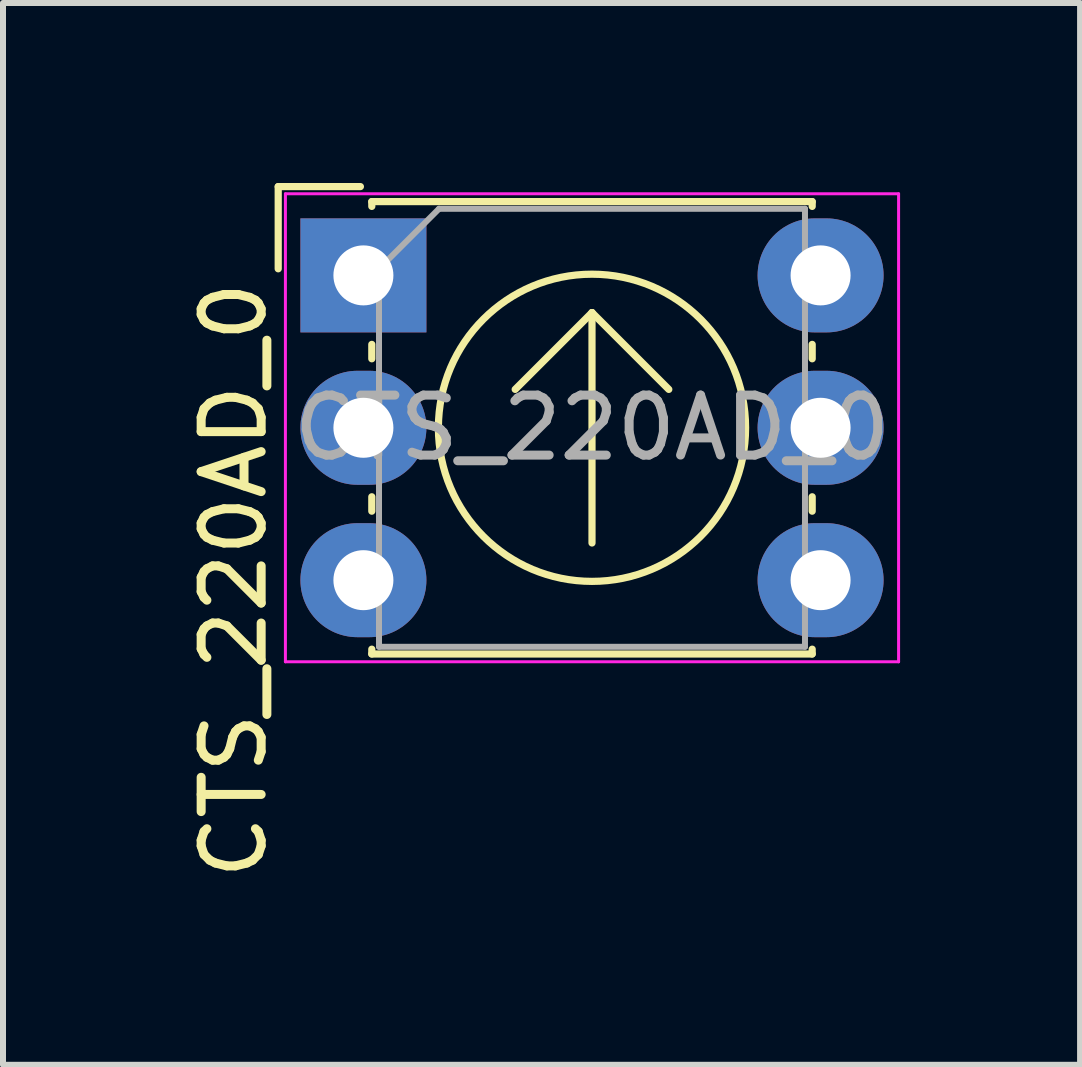
<source format=kicad_pcb>
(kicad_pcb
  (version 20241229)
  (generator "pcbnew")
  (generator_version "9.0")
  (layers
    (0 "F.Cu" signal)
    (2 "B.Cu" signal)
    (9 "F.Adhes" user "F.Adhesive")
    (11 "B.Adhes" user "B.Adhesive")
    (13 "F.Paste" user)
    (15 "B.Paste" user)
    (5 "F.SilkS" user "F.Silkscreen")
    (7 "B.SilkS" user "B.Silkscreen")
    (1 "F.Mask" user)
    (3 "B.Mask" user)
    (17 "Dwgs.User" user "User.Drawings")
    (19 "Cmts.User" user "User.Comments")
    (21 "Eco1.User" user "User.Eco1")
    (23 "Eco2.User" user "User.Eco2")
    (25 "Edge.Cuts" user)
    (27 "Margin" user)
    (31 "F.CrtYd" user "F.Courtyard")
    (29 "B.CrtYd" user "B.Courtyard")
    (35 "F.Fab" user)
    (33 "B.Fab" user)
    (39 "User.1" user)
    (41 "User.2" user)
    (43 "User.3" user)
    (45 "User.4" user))
  (footprint "CTS_220AD_0"
    (layer "F.Cu")
    (at 3.007 1.54)
    (property "Reference" "CTS_220AD_0" (at -2.159 5.08 90) (layer "F.SilkS") (effects (font (size 1 1) (thickness 0.15))))
    (attr through_hole)
    (fp_line (start -1.42 -1.48) (end -0.05 -1.48) (stroke (width 0.12) (type solid)) (layer "F.SilkS"))
    (fp_line (start -1.42 -0.11) (end -1.42 -1.48) (stroke (width 0.12) (type solid)) (layer "F.SilkS"))
    (fp_line (start 0.14 -1.23) (end 7.48 -1.23) (stroke (width 0.12) (type solid)) (layer "F.SilkS"))
    (fp_line (start 0.14 -1.15) (end 0.14 -1.23) (stroke (width 0.12) (type solid)) (layer "F.SilkS"))
    (fp_line (start 0.14 1.15) (end 0.14 1.39) (stroke (width 0.12) (type solid)) (layer "F.SilkS"))
    (fp_line (start 0.14 3.69) (end 0.14 3.93) (stroke (width 0.12) (type solid)) (layer "F.SilkS"))
    (fp_line (start 0.14 6.23) (end 0.14 6.31) (stroke (width 0.12) (type solid)) (layer "F.SilkS"))
    (fp_line (start 0.14 6.31) (end 7.48 6.31) (stroke (width 0.12) (type solid)) (layer "F.SilkS"))
    (fp_line (start 2.53 1.9) (end 3.81 0.62) (stroke (width 0.12) (type solid)) (layer "F.SilkS"))
    (fp_line (start 3.81 0.62) (end 3.81 4.46) (stroke (width 0.12) (type solid)) (layer "F.SilkS"))
    (fp_line (start 3.81 0.62) (end 5.09 1.9) (stroke (width 0.12) (type solid)) (layer "F.SilkS"))
    (fp_line (start 7.48 -1.23) (end 7.48 -1.15) (stroke (width 0.12) (type solid)) (layer "F.SilkS"))
    (fp_line (start 7.48 1.15) (end 7.48 1.39) (stroke (width 0.12) (type solid)) (layer "F.SilkS"))
    (fp_line (start 7.48 3.69) (end 7.48 3.93) (stroke (width 0.12) (type solid)) (layer "F.SilkS"))
    (fp_line (start 7.48 6.31) (end 7.48 6.23) (stroke (width 0.12) (type solid)) (layer "F.SilkS"))
    (fp_circle (center 3.81 2.54) (end 6.37 2.54) (stroke (width 0.12) (type solid)) (fill no) (layer "F.SilkS"))
    (fp_line (start -1.3 -1.36) (end -1.3 6.44) (stroke (width 0.05) (type solid)) (layer "F.CrtYd"))
    (fp_line (start -1.3 6.44) (end 8.92 6.44) (stroke (width 0.05) (type solid)) (layer "F.CrtYd"))
    (fp_line (start 8.92 -1.36) (end -1.3 -1.36) (stroke (width 0.05) (type solid)) (layer "F.CrtYd"))
    (fp_line (start 8.92 6.44) (end 8.92 -1.36) (stroke (width 0.05) (type solid)) (layer "F.CrtYd"))
    (fp_line (start 0.26 -0.11) (end 1.26 -1.11) (stroke (width 0.1) (type solid)) (layer "F.Fab"))
    (fp_line (start 0.26 6.19) (end 0.26 -0.11) (stroke (width 0.1) (type solid)) (layer "F.Fab"))
    (fp_line (start 1.26 -1.11) (end 7.36 -1.11) (stroke (width 0.1) (type solid)) (layer "F.Fab"))
    (fp_line (start 7.36 -1.11) (end 7.36 6.19) (stroke (width 0.1) (type solid)) (layer "F.Fab"))
    (fp_line (start 7.36 6.19) (end 0.26 6.19) (stroke (width 0.1) (type solid)) (layer "F.Fab"))
    (fp_text user "${REFERENCE}" (at 3.81 2.54 0) (layer "F.Fab") (effects (font (size 1 1) (thickness 0.15))))
    (pad "1" thru_hole oval (at 0 2.54) (size 2.1 1.9) (drill 1) (layers "*.Cu" "*.Mask"))
    (pad "1" thru_hole oval (at 7.62 2.54) (size 2.1 1.9) (drill 1) (layers "*.Cu" "*.Mask"))
    (pad "2" thru_hole oval (at 7.62 0) (size 2.1 1.9) (drill 1) (layers "*.Cu" "*.Mask"))
    (pad "3" thru_hole oval (at 7.62 5.08) (size 2.1 1.9) (drill 1) (layers "*.Cu" "*.Mask"))
    (pad "4" thru_hole oval (at 0 5.08) (size 2.1 1.9) (drill 1) (layers "*.Cu" "*.Mask"))
    (pad "5" thru_hole rect (at 0 0) (size 2.1 1.9) (drill 1) (layers "*.Cu" "*.Mask")))
  (gr_rect
    (start -3 -3)
    (end 14.952 14.697)
    (stroke (width 0.1) (type default))
    (fill no)
    (layer "Edge.Cuts")))
</source>
